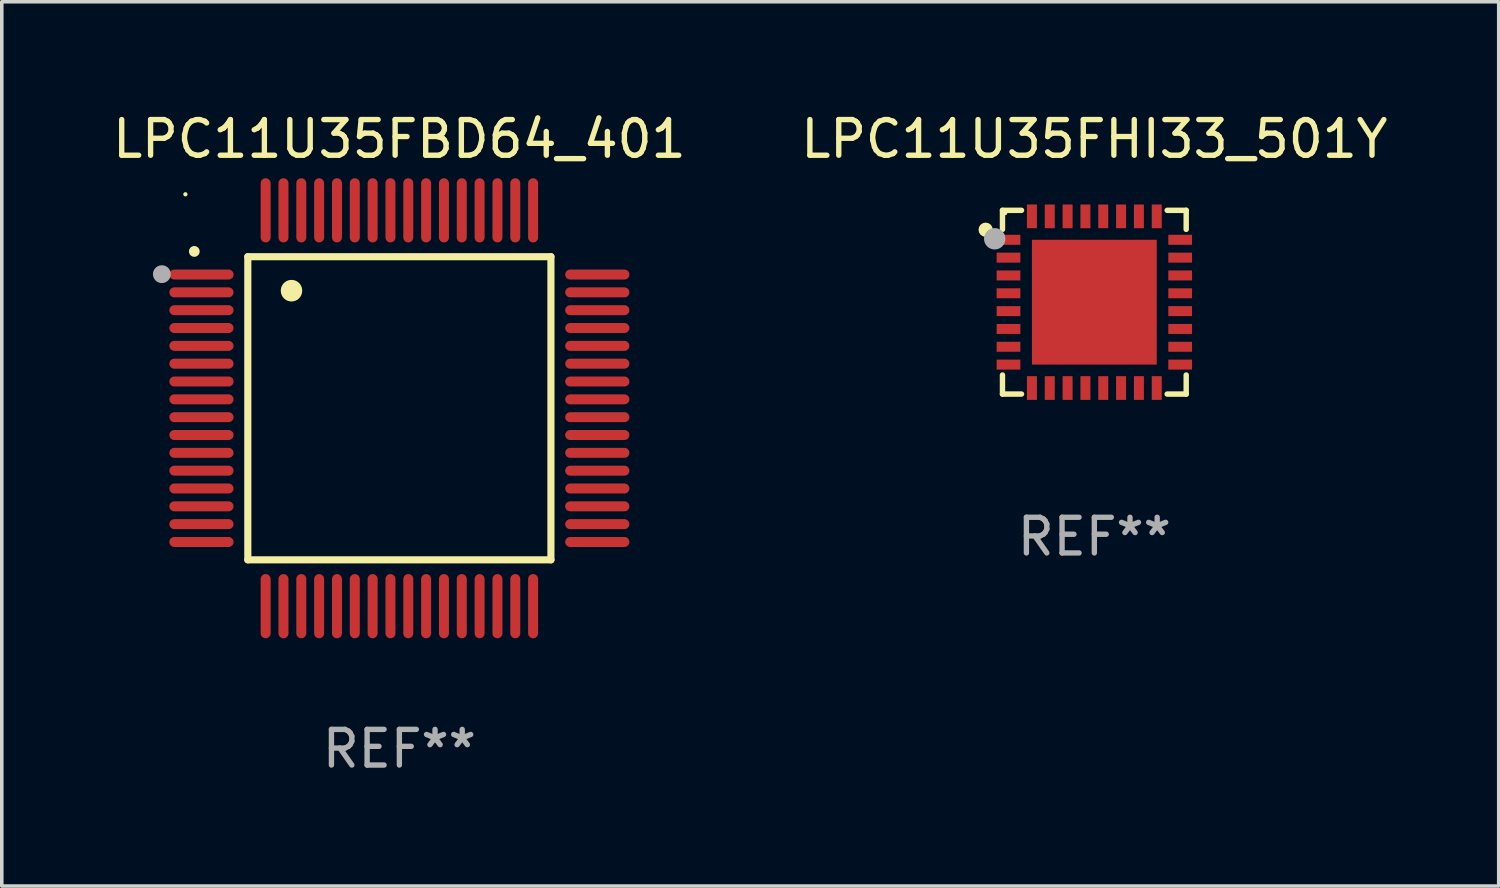
<source format=kicad_pcb>
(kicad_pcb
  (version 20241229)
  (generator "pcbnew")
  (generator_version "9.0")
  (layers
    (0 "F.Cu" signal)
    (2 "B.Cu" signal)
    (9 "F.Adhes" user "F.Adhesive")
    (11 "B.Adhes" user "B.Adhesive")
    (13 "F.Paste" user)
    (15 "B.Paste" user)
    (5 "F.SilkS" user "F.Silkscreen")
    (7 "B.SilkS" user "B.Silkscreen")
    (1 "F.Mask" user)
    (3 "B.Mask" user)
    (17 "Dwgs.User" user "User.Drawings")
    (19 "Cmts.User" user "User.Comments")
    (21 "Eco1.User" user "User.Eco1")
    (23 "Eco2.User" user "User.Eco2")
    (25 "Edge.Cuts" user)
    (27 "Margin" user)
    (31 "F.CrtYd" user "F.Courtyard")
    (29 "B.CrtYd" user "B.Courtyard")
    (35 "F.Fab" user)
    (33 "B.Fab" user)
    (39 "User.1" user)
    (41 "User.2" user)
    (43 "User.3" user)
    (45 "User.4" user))
  (footprint "LPC11U35FBD64_401"
    (layer "F.Cu")
    (at 8.149 8.398)
    (property "Reference" "LPC11U35FBD64_401" (at 0 -7.55 0) (layer "F.SilkS") (effects (font (size 1 1) (thickness 0.15))))
    (attr through_hole)
    (fp_line (start -4.25 -4.25) (end -4.25 4.25) (stroke (width 0.2) (type solid)) (layer "F.SilkS"))
    (fp_line (start -4.25 4.25) (end 4.25 4.25) (stroke (width 0.2) (type solid)) (layer "F.SilkS"))
    (fp_line (start 4.25 -4.25) (end -4.25 -4.25) (stroke (width 0.2) (type solid)) (layer "F.SilkS"))
    (fp_line (start 4.25 4.25) (end 4.25 -4.25) (stroke (width 0.2) (type solid)) (layer "F.SilkS"))
    (fp_arc (start -5.750572 -4.396749) (mid -5.750577 -4.398019) (end -5.750572 -4.399289) (stroke (width 0.3) (type solid)) (layer "F.SilkS"))
    (fp_arc (start -3.025146 -3.294387) (mid -3.025157 -3.296927) (end -3.025146 -3.299467) (stroke (width 0.6) (type solid)) (layer "F.SilkS"))
    (fp_circle (center -6 -6) (end -5.97 -6) (stroke (width 0.06) (type solid)) (fill no) (layer "F.SilkS"))
    (fp_circle (center -6.66 -3.76) (end -6.535 -3.76) (stroke (width 0.25) (type solid)) (fill no) (layer "F.Fab"))
    (fp_text user "REF**" (at 0 9.55 0) (layer "F.Fab") (effects (font (size 1 1) (thickness 0.15))))
    (pad "1" smd oval (at -5.55 -3.75) (size 1.8 0.28) (layers "F.Cu" "F.Mask" "F.Paste"))
    (pad "2" smd oval (at -5.55 -3.25) (size 1.8 0.28) (layers "F.Cu" "F.Mask" "F.Paste"))
    (pad "3" smd oval (at -5.55 -2.75) (size 1.8 0.28) (layers "F.Cu" "F.Mask" "F.Paste"))
    (pad "4" smd oval (at -5.55 -2.25) (size 1.8 0.28) (layers "F.Cu" "F.Mask" "F.Paste"))
    (pad "5" smd oval (at -5.55 -1.75) (size 1.8 0.28) (layers "F.Cu" "F.Mask" "F.Paste"))
    (pad "6" smd oval (at -5.55 -1.25) (size 1.8 0.28) (layers "F.Cu" "F.Mask" "F.Paste"))
    (pad "7" smd oval (at -5.55 -0.75) (size 1.8 0.28) (layers "F.Cu" "F.Mask" "F.Paste"))
    (pad "8" smd oval (at -5.55 -0.25) (size 1.8 0.28) (layers "F.Cu" "F.Mask" "F.Paste"))
    (pad "9" smd oval (at -5.55 0.25) (size 1.8 0.28) (layers "F.Cu" "F.Mask" "F.Paste"))
    (pad "10" smd oval (at -5.55 0.75) (size 1.8 0.28) (layers "F.Cu" "F.Mask" "F.Paste"))
    (pad "11" smd oval (at -5.55 1.25) (size 1.8 0.28) (layers "F.Cu" "F.Mask" "F.Paste"))
    (pad "12" smd oval (at -5.55 1.75) (size 1.8 0.28) (layers "F.Cu" "F.Mask" "F.Paste"))
    (pad "13" smd oval (at -5.55 2.25) (size 1.8 0.28) (layers "F.Cu" "F.Mask" "F.Paste"))
    (pad "14" smd oval (at -5.55 2.75) (size 1.8 0.28) (layers "F.Cu" "F.Mask" "F.Paste"))
    (pad "15" smd oval (at -5.55 3.25) (size 1.8 0.28) (layers "F.Cu" "F.Mask" "F.Paste"))
    (pad "16" smd oval (at -5.55 3.75) (size 1.8 0.28) (layers "F.Cu" "F.Mask" "F.Paste"))
    (pad "17" smd oval (at -3.75 5.55) (size 0.28 1.8) (layers "F.Cu" "F.Mask" "F.Paste"))
    (pad "18" smd oval (at -3.25 5.55) (size 0.28 1.8) (layers "F.Cu" "F.Mask" "F.Paste"))
    (pad "19" smd oval (at -2.75 5.55) (size 0.28 1.8) (layers "F.Cu" "F.Mask" "F.Paste"))
    (pad "20" smd oval (at -2.25 5.55) (size 0.28 1.8) (layers "F.Cu" "F.Mask" "F.Paste"))
    (pad "21" smd oval (at -1.75 5.55) (size 0.28 1.8) (layers "F.Cu" "F.Mask" "F.Paste"))
    (pad "22" smd oval (at -1.25 5.55) (size 0.28 1.8) (layers "F.Cu" "F.Mask" "F.Paste"))
    (pad "23" smd oval (at -0.75 5.55) (size 0.28 1.8) (layers "F.Cu" "F.Mask" "F.Paste"))
    (pad "24" smd oval (at -0.25 5.55) (size 0.28 1.8) (layers "F.Cu" "F.Mask" "F.Paste"))
    (pad "25" smd oval (at 0.25 5.55) (size 0.28 1.8) (layers "F.Cu" "F.Mask" "F.Paste"))
    (pad "26" smd oval (at 0.75 5.55) (size 0.28 1.8) (layers "F.Cu" "F.Mask" "F.Paste"))
    (pad "27" smd oval (at 1.25 5.55) (size 0.28 1.8) (layers "F.Cu" "F.Mask" "F.Paste"))
    (pad "28" smd oval (at 1.75 5.55) (size 0.28 1.8) (layers "F.Cu" "F.Mask" "F.Paste"))
    (pad "29" smd oval (at 2.25 5.55) (size 0.28 1.8) (layers "F.Cu" "F.Mask" "F.Paste"))
    (pad "30" smd oval (at 2.75 5.55) (size 0.28 1.8) (layers "F.Cu" "F.Mask" "F.Paste"))
    (pad "31" smd oval (at 3.25 5.55) (size 0.28 1.8) (layers "F.Cu" "F.Mask" "F.Paste"))
    (pad "32" smd oval (at 3.75 5.55) (size 0.28 1.8) (layers "F.Cu" "F.Mask" "F.Paste"))
    (pad "33" smd oval (at 5.55 3.75) (size 1.8 0.28) (layers "F.Cu" "F.Mask" "F.Paste"))
    (pad "34" smd oval (at 5.55 3.25) (size 1.8 0.28) (layers "F.Cu" "F.Mask" "F.Paste"))
    (pad "35" smd oval (at 5.55 2.75) (size 1.8 0.28) (layers "F.Cu" "F.Mask" "F.Paste"))
    (pad "36" smd oval (at 5.55 2.25) (size 1.8 0.28) (layers "F.Cu" "F.Mask" "F.Paste"))
    (pad "37" smd oval (at 5.55 1.75) (size 1.8 0.28) (layers "F.Cu" "F.Mask" "F.Paste"))
    (pad "38" smd oval (at 5.55 1.25) (size 1.8 0.28) (layers "F.Cu" "F.Mask" "F.Paste"))
    (pad "39" smd oval (at 5.55 0.75) (size 1.8 0.28) (layers "F.Cu" "F.Mask" "F.Paste"))
    (pad "40" smd oval (at 5.55 0.25) (size 1.8 0.28) (layers "F.Cu" "F.Mask" "F.Paste"))
    (pad "41" smd oval (at 5.55 -0.25) (size 1.8 0.28) (layers "F.Cu" "F.Mask" "F.Paste"))
    (pad "42" smd oval (at 5.55 -0.75) (size 1.8 0.28) (layers "F.Cu" "F.Mask" "F.Paste"))
    (pad "43" smd oval (at 5.55 -1.25) (size 1.8 0.28) (layers "F.Cu" "F.Mask" "F.Paste"))
    (pad "44" smd oval (at 5.55 -1.75) (size 1.8 0.28) (layers "F.Cu" "F.Mask" "F.Paste"))
    (pad "45" smd oval (at 5.55 -2.25) (size 1.8 0.28) (layers "F.Cu" "F.Mask" "F.Paste"))
    (pad "46" smd oval (at 5.55 -2.75) (size 1.8 0.28) (layers "F.Cu" "F.Mask" "F.Paste"))
    (pad "47" smd oval (at 5.55 -3.25) (size 1.8 0.28) (layers "F.Cu" "F.Mask" "F.Paste"))
    (pad "48" smd oval (at 5.55 -3.75) (size 1.8 0.28) (layers "F.Cu" "F.Mask" "F.Paste"))
    (pad "49" smd oval (at 3.75 -5.55) (size 0.28 1.8) (layers "F.Cu" "F.Mask" "F.Paste"))
    (pad "50" smd oval (at 3.25 -5.55) (size 0.28 1.8) (layers "F.Cu" "F.Mask" "F.Paste"))
    (pad "51" smd oval (at 2.75 -5.55) (size 0.28 1.8) (layers "F.Cu" "F.Mask" "F.Paste"))
    (pad "52" smd oval (at 2.25 -5.55) (size 0.28 1.8) (layers "F.Cu" "F.Mask" "F.Paste"))
    (pad "53" smd oval (at 1.75 -5.55) (size 0.28 1.8) (layers "F.Cu" "F.Mask" "F.Paste"))
    (pad "54" smd oval (at 1.25 -5.55) (size 0.28 1.8) (layers "F.Cu" "F.Mask" "F.Paste"))
    (pad "55" smd oval (at 0.75 -5.55) (size 0.28 1.8) (layers "F.Cu" "F.Mask" "F.Paste"))
    (pad "56" smd oval (at 0.25 -5.55) (size 0.28 1.8) (layers "F.Cu" "F.Mask" "F.Paste"))
    (pad "57" smd oval (at -0.25 -5.55) (size 0.28 1.8) (layers "F.Cu" "F.Mask" "F.Paste"))
    (pad "58" smd oval (at -0.75 -5.55) (size 0.28 1.8) (layers "F.Cu" "F.Mask" "F.Paste"))
    (pad "59" smd oval (at -1.25 -5.55) (size 0.28 1.8) (layers "F.Cu" "F.Mask" "F.Paste"))
    (pad "60" smd oval (at -1.75 -5.55) (size 0.28 1.8) (layers "F.Cu" "F.Mask" "F.Paste"))
    (pad "61" smd oval (at -2.25 -5.55) (size 0.28 1.8) (layers "F.Cu" "F.Mask" "F.Paste"))
    (pad "62" smd oval (at -2.75 -5.55) (size 0.28 1.8) (layers "F.Cu" "F.Mask" "F.Paste"))
    (pad "63" smd oval (at -3.25 -5.55) (size 0.28 1.8) (layers "F.Cu" "F.Mask" "F.Paste"))
    (pad "64" smd oval (at -3.75 -5.55) (size 0.28 1.8) (layers "F.Cu" "F.Mask" "F.Paste")))
  (footprint "LPC11U35FHI33_501Y"
    (layer "F.Cu")
    (at 27.637 5.424)
    (property "Reference" "LPC11U35FHI33_501Y" (at 0 -4.576 0) (layer "F.SilkS") (effects (font (size 1 1) (thickness 0.15))))
    (attr through_hole)
    (fp_line (start -2.576 -2.576) (end -2.042 -2.576) (stroke (width 0.152) (type solid)) (layer "F.SilkS"))
    (fp_line (start -2.576 -2.042) (end -2.576 -2.576) (stroke (width 0.152) (type solid)) (layer "F.SilkS"))
    (fp_line (start -2.576 2.042) (end -2.576 2.576) (stroke (width 0.152) (type solid)) (layer "F.SilkS"))
    (fp_line (start -2.576 2.576) (end -2.042 2.576) (stroke (width 0.152) (type solid)) (layer "F.SilkS"))
    (fp_line (start 2.576 -2.576) (end 2.042 -2.576) (stroke (width 0.152) (type solid)) (layer "F.SilkS"))
    (fp_line (start 2.576 -2.042) (end 2.576 -2.576) (stroke (width 0.152) (type solid)) (layer "F.SilkS"))
    (fp_line (start 2.576 2.042) (end 2.576 2.576) (stroke (width 0.152) (type solid)) (layer "F.SilkS"))
    (fp_line (start 2.576 2.576) (end 2.042 2.576) (stroke (width 0.152) (type solid)) (layer "F.SilkS"))
    (fp_circle (center -3.048 -2.032) (end -2.948 -2.032) (stroke (width 0.2) (type solid)) (fill no) (layer "F.SilkS"))
    (fp_circle (center -2.5 -2.5) (end -2.47 -2.5) (stroke (width 0.06) (type solid)) (fill no) (layer "F.SilkS"))
    (fp_circle (center -2.794 -1.778) (end -2.644 -1.778) (stroke (width 0.3) (type solid)) (fill no) (layer "F.Fab"))
    (fp_text user "REF**" (at 0 6.576 0) (layer "F.Fab") (effects (font (size 1 1) (thickness 0.15))))
    (pad "1" smd rect (at -2.407 -1.75) (size 0.665 0.28) (layers "F.Cu" "F.Mask" "F.Paste"))
    (pad "2" smd rect (at -2.407 -1.25) (size 0.665 0.28) (layers "F.Cu" "F.Mask" "F.Paste"))
    (pad "3" smd rect (at -2.407 -0.75) (size 0.665 0.28) (layers "F.Cu" "F.Mask" "F.Paste"))
    (pad "4" smd rect (at -2.407 -0.25) (size 0.665 0.28) (layers "F.Cu" "F.Mask" "F.Paste"))
    (pad "5" smd rect (at -2.407 0.25) (size 0.665 0.28) (layers "F.Cu" "F.Mask" "F.Paste"))
    (pad "6" smd rect (at -2.407 0.75) (size 0.665 0.28) (layers "F.Cu" "F.Mask" "F.Paste"))
    (pad "7" smd rect (at -2.407 1.25) (size 0.665 0.28) (layers "F.Cu" "F.Mask" "F.Paste"))
    (pad "8" smd rect (at -2.407 1.75) (size 0.665 0.28) (layers "F.Cu" "F.Mask" "F.Paste"))
    (pad "9" smd rect (at -1.75 2.407) (size 0.28 0.665) (layers "F.Cu" "F.Mask" "F.Paste"))
    (pad "10" smd rect (at -1.25 2.407) (size 0.28 0.665) (layers "F.Cu" "F.Mask" "F.Paste"))
    (pad "11" smd rect (at -0.75 2.407) (size 0.28 0.665) (layers "F.Cu" "F.Mask" "F.Paste"))
    (pad "12" smd rect (at -0.25 2.407) (size 0.28 0.665) (layers "F.Cu" "F.Mask" "F.Paste"))
    (pad "13" smd rect (at 0.25 2.407) (size 0.28 0.665) (layers "F.Cu" "F.Mask" "F.Paste"))
    (pad "14" smd rect (at 0.75 2.407) (size 0.28 0.665) (layers "F.Cu" "F.Mask" "F.Paste"))
    (pad "15" smd rect (at 1.25 2.407) (size 0.28 0.665) (layers "F.Cu" "F.Mask" "F.Paste"))
    (pad "16" smd rect (at 1.75 2.407) (size 0.28 0.665) (layers "F.Cu" "F.Mask" "F.Paste"))
    (pad "17" smd rect (at 2.407 1.75) (size 0.665 0.28) (layers "F.Cu" "F.Mask" "F.Paste"))
    (pad "18" smd rect (at 2.407 1.25) (size 0.665 0.28) (layers "F.Cu" "F.Mask" "F.Paste"))
    (pad "19" smd rect (at 2.407 0.75) (size 0.665 0.28) (layers "F.Cu" "F.Mask" "F.Paste"))
    (pad "20" smd rect (at 2.407 0.25) (size 0.665 0.28) (layers "F.Cu" "F.Mask" "F.Paste"))
    (pad "21" smd rect (at 2.407 -0.25) (size 0.665 0.28) (layers "F.Cu" "F.Mask" "F.Paste"))
    (pad "22" smd rect (at 2.407 -0.75) (size 0.665 0.28) (layers "F.Cu" "F.Mask" "F.Paste"))
    (pad "23" smd rect (at 2.407 -1.25) (size 0.665 0.28) (layers "F.Cu" "F.Mask" "F.Paste"))
    (pad "24" smd rect (at 2.407 -1.75) (size 0.665 0.28) (layers "F.Cu" "F.Mask" "F.Paste"))
    (pad "25" smd rect (at 1.75 -2.407) (size 0.28 0.665) (layers "F.Cu" "F.Mask" "F.Paste"))
    (pad "26" smd rect (at 1.25 -2.407) (size 0.28 0.665) (layers "F.Cu" "F.Mask" "F.Paste"))
    (pad "27" smd rect (at 0.75 -2.407) (size 0.28 0.665) (layers "F.Cu" "F.Mask" "F.Paste"))
    (pad "28" smd rect (at 0.25 -2.407) (size 0.28 0.665) (layers "F.Cu" "F.Mask" "F.Paste"))
    (pad "29" smd rect (at -0.25 -2.407) (size 0.28 0.665) (layers "F.Cu" "F.Mask" "F.Paste"))
    (pad "30" smd rect (at -0.75 -2.407) (size 0.28 0.665) (layers "F.Cu" "F.Mask" "F.Paste"))
    (pad "31" smd rect (at -1.25 -2.407) (size 0.28 0.665) (layers "F.Cu" "F.Mask" "F.Paste"))
    (pad "32" smd rect (at -1.75 -2.407) (size 0.28 0.665) (layers "F.Cu" "F.Mask" "F.Paste"))
    (pad "33" smd rect (at 0 0) (size 3.5 3.5) (layers "F.Cu" "F.Mask" "F.Paste")))
  (gr_rect
    (start -3 -3)
    (end 38.976 21.796)
    (stroke (width 0.1) (type default))
    (fill no)
    (layer "Edge.Cuts")))
</source>
